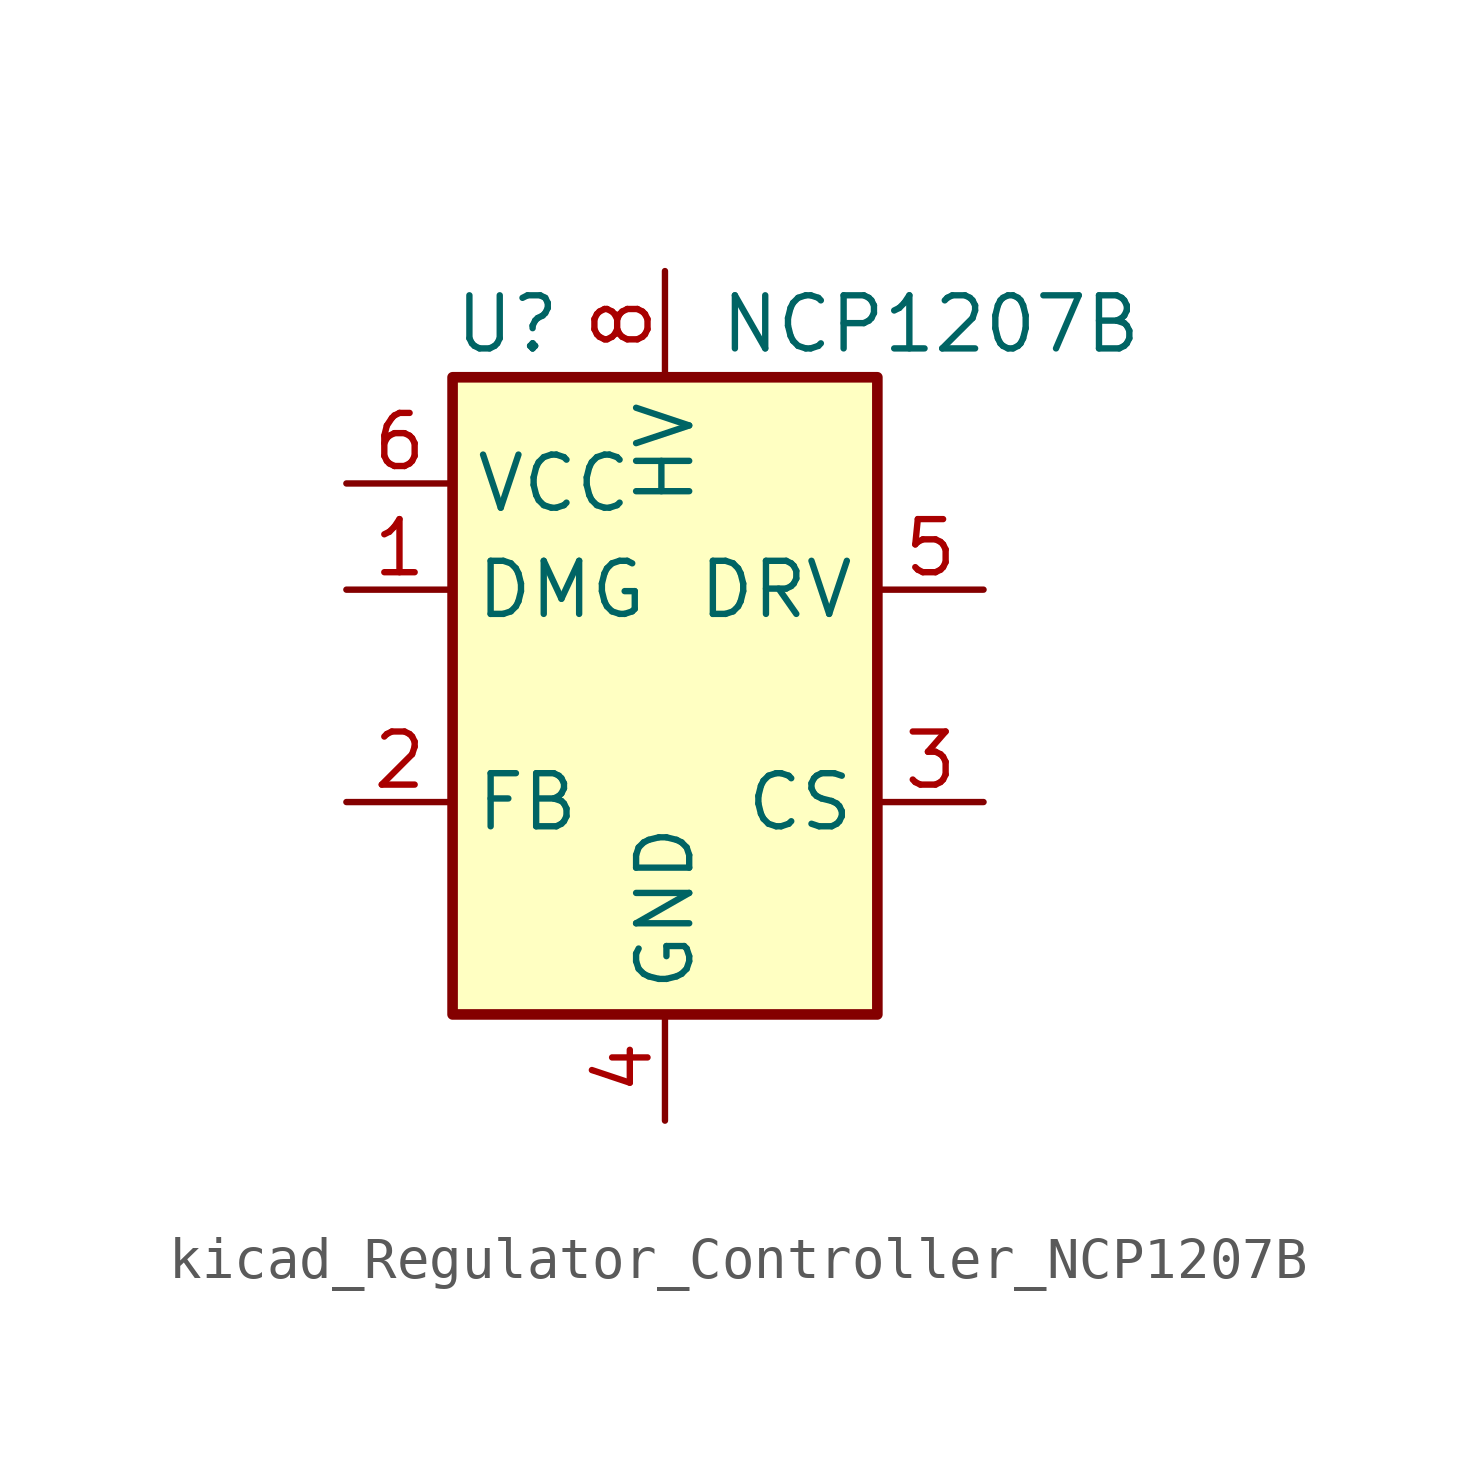
<source format=kicad_sym>
(kicad_symbol_lib
  (version 20220914)
  (generator kicad_symbol_editor)
  (symbol "kicad_Regulator_Controller_NCP1207B"
    (property "Reference" "U"
      (at -5.08 8.89 0)
      (effects (font (size 1.27 1.27)) (justify left)))
    (property "Value" "NCP1207B"
      (at 1.27 8.89 0)
      (effects (font (size 1.27 1.27)) (justify left)))
    (symbol "kicad_Regulator_Controller_NCP1207B_0_0"
      (rectangle (start -5.08 7.62) (end 5.08 -7.62) (stroke (width 0.254) (type default)) (fill (type background))))
    (symbol "kicad_Regulator_Controller_NCP1207B_1_1"
      (pin input line (at -7.62 2.54 0) (length 2.54) (name "DMG" (effects (font (size 1.27 1.27)))) (number "1" (effects (font (size 1.27 1.27)))))
      (pin input line (at -7.62 -2.54 0) (length 2.54) (name "FB" (effects (font (size 1.27 1.27)))) (number "2" (effects (font (size 1.27 1.27)))))
      (pin input line (at 7.62 -2.54 180) (length 2.54) (name "CS" (effects (font (size 1.27 1.27)))) (number "3" (effects (font (size 1.27 1.27)))))
      (pin power_in line (at 0 -10.16 90) (length 2.54) (name "GND" (effects (font (size 1.27 1.27)))) (number "4" (effects (font (size 1.27 1.27)))))
      (pin output line (at 7.62 2.54 180) (length 2.54) (name "DRV" (effects (font (size 1.27 1.27)))) (number "5" (effects (font (size 1.27 1.27)))))
      (pin power_in line (at -7.62 5.08 0) (length 2.54) (name "VCC" (effects (font (size 1.27 1.27)))) (number "6" (effects (font (size 1.27 1.27)))))
      (pin input line (at 0 10.16 270) (length 2.54) (name "HV" (effects (font (size 1.27 1.27)))) (number "8" (effects (font (size 1.27 1.27))))))))
</source>
